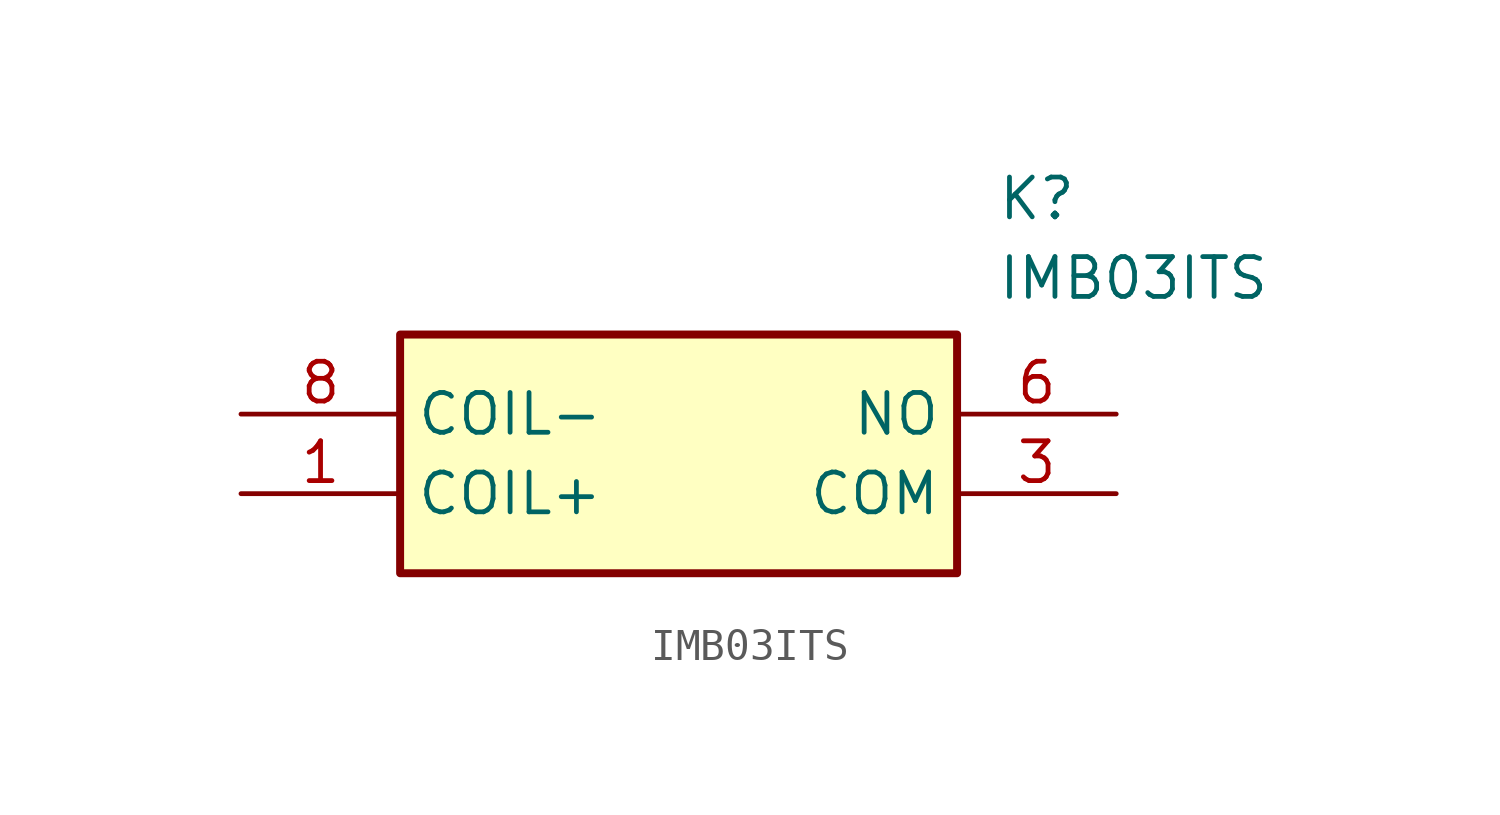
<source format=kicad_sym>
(kicad_symbol_lib
  (version 20211014)
  (generator SamacSys_ECAD_Model)
  (symbol "IMB03ITS"
    (property "Reference" "K"
      (at 24.13 7.62 0)
      (effects (font (size 1.27 1.27)) (justify left top)))
    (property "Value" "IMB03ITS"
      (at 24.13 5.08 0)
      (effects (font (size 1.27 1.27)) (justify left top)))
    (rectangle
      (start 5.08 2.54)
      (end 22.86 -5.08)
      (stroke (width 0.254) (type default))
      (fill (type background)))
    (pin passive line
      (at 0 -2.54 0)
      (length 5.08)
      (name "COIL+" (effects (font (size 1.27 1.27))))
      (number "1" (effects (font (size 1.27 1.27)))))
    (pin passive line
      (at 27.94 -2.54 180)
      (length 5.08)
      (name "COM" (effects (font (size 1.27 1.27))))
      (number "3" (effects (font (size 1.27 1.27)))))
    (pin passive line
      (at 27.94 0 180)
      (length 5.08)
      (name "NO" (effects (font (size 1.27 1.27))))
      (number "6" (effects (font (size 1.27 1.27)))))
    (pin passive line
      (at 0 0 0)
      (length 5.08)
      (name "COIL-" (effects (font (size 1.27 1.27))))
      (number "8" (effects (font (size 1.27 1.27)))))))
</source>
